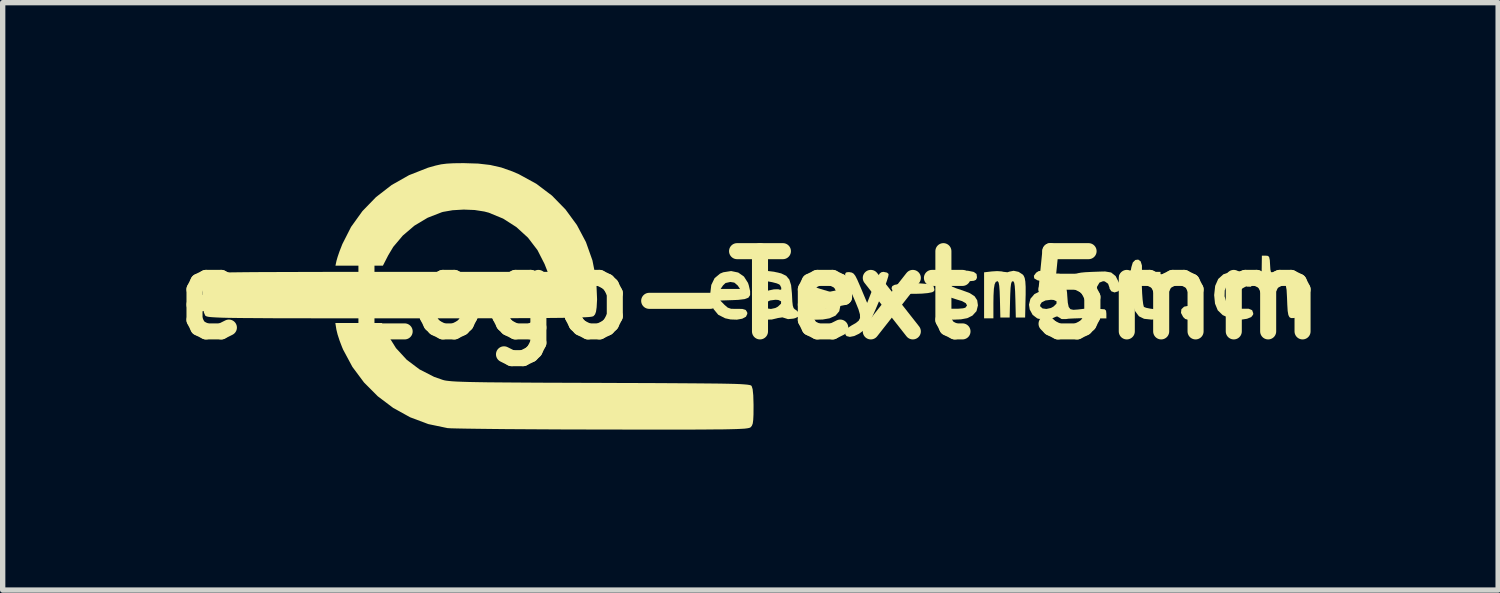
<source format=kicad_pcb>
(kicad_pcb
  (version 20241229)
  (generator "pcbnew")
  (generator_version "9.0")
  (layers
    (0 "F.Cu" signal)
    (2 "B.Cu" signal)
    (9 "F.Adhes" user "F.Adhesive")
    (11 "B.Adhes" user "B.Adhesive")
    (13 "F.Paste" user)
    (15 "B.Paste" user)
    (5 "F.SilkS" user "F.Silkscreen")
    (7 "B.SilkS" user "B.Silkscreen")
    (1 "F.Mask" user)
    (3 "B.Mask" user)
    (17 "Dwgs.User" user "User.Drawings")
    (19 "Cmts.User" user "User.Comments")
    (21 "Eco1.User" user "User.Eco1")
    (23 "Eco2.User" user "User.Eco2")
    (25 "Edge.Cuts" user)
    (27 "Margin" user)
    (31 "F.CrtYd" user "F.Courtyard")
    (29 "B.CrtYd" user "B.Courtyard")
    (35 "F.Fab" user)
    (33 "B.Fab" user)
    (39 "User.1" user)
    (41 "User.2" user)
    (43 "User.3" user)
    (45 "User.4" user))
  (footprint "e-Logo-Text 5mm"
    (layer "F.Cu")
    (at 10.979 2.467)
    (property "Reference" "e-Logo-Text 5mm" (at 0 0 0) (layer "F.SilkS") (effects (font (size 1.5 1.5) (thickness 0.3))))
    (attr board_only exclude_from_pos_files exclude_from_bom)
    (fp_poly (pts (xy 8.245 0.224) (xy 8.291 0.278) (xy 8.304 0.345) (xy 8.279 0.407) (xy 8.247 0.433) (xy 8.178 0.46) (xy 8.128 0.446) (xy 8.09 0.41) (xy 8.049 0.333) (xy 8.056 0.264) (xy 8.107 0.216) (xy 8.173 0.203)) (stroke (width 0) (type solid)) (fill yes) (layer "F.SilkS"))
    (fp_poly (pts (xy 3.159 -0.22) (xy 3.277 -0.211) (xy 3.369 -0.196) (xy 3.419 -0.174) (xy 3.422 -0.17) (xy 3.439 -0.107) (xy 3.434 -0.076) (xy 3.398 -0.054) (xy 3.317 -0.038) (xy 3.207 -0.028) (xy 3.079 -0.024) (xy 2.948 -0.026) (xy 2.827 -0.033) (xy 2.729 -0.047) (xy 2.669 -0.067) (xy 2.659 -0.075) (xy 2.637 -0.13) (xy 2.652 -0.169) (xy 2.695 -0.192) (xy 2.781 -0.208) (xy 2.896 -0.218) (xy 3.027 -0.222)) (stroke (width 0) (type solid)) (fill yes) (layer "F.SilkS"))
    (fp_poly (pts (xy 9.187 -0.444) (xy 9.253 -0.43) (xy 9.307 -0.395) (xy 9.351 -0.354) (xy 9.408 -0.29) (xy 9.426 -0.246) (xy 9.413 -0.209) (xy 9.354 -0.157) (xy 9.283 -0.158) (xy 9.225 -0.2) (xy 9.143 -0.251) (xy 9.049 -0.257) (xy 8.961 -0.222) (xy 8.893 -0.152) (xy 8.867 -0.087) (xy 8.864 0.022) (xy 8.895 0.128) (xy 8.951 0.209) (xy 8.981 0.231) (xy 9.067 0.254) (xy 9.185 0.255) (xy 9.198 0.254) (xy 9.313 0.254) (xy 9.379 0.282) (xy 9.4 0.339) (xy 9.397 0.366) (xy 9.361 0.411) (xy 9.284 0.442) (xy 9.181 0.458) (xy 9.066 0.455) (xy 8.966 0.435) (xy 8.829 0.374) (xy 8.736 0.284) (xy 8.685 0.159) (xy 8.669 0) (xy 8.688 -0.173) (xy 8.745 -0.302) (xy 8.841 -0.389) (xy 8.977 -0.436) (xy 9.086 -0.446)) (stroke (width 0) (type solid)) (fill yes) (layer "F.SilkS"))
    (fp_poly (pts (xy 9.675 -0.733) (xy 9.697 -0.711) (xy 9.709 -0.656) (xy 9.714 -0.573) (xy 9.72 -0.48) (xy 9.73 -0.434) (xy 9.751 -0.424) (xy 9.788 -0.437) (xy 9.792 -0.439) (xy 9.892 -0.457) (xy 10.009 -0.437) (xy 10.118 -0.385) (xy 10.147 -0.363) (xy 10.18 -0.332) (xy 10.202 -0.301) (xy 10.216 -0.258) (xy 10.223 -0.191) (xy 10.226 -0.089) (xy 10.227 0.059) (xy 10.227 0.063) (xy 10.227 0.419) (xy 10.148 0.429) (xy 10.105 0.429) (xy 10.076 0.412) (xy 10.056 0.371) (xy 10.043 0.295) (xy 10.036 0.178) (xy 10.031 0.046) (xy 10.023 -0.098) (xy 10.006 -0.192) (xy 9.974 -0.243) (xy 9.924 -0.26) (xy 9.856 -0.25) (xy 9.798 -0.215) (xy 9.757 -0.139) (xy 9.732 -0.019) (xy 9.721 0.152) (xy 9.72 0.21) (xy 9.72 0.434) (xy 9.633 0.434) (xy 9.545 0.434) (xy 9.553 -0.152) (xy 9.561 -0.738) (xy 9.633 -0.738)) (stroke (width 0) (type solid)) (fill yes) (layer "F.SilkS"))
    (fp_poly (pts (xy -0.228 -0.422) (xy -0.121 -0.347) (xy -0.046 -0.229) (xy -0.031 -0.184) (xy -0.006 -0.075) (xy -0.006 0.000073) (xy -0.038 0.048) (xy -0.11 0.075) (xy -0.228 0.089) (xy -0.32 0.093) (xy -0.564 0.101) (xy -0.484 0.183) (xy -0.424 0.234) (xy -0.361 0.256) (xy -0.27 0.257) (xy -0.265 0.257) (xy -0.153 0.258) (xy -0.088 0.278) (xy -0.061 0.321) (xy -0.058 0.35) (xy -0.084 0.404) (xy -0.153 0.441) (xy -0.253 0.459) (xy -0.371 0.455) (xy -0.473 0.433) (xy -0.602 0.367) (xy -0.691 0.259) (xy -0.741 0.11) (xy -0.752 -0.023) (xy -0.741 -0.116) (xy -0.557 -0.116) (xy -0.376 -0.116) (xy -0.195 -0.116) (xy -0.239 -0.181) (xy -0.302 -0.234) (xy -0.376 -0.246) (xy -0.466 -0.226) (xy -0.513 -0.181) (xy -0.557 -0.116) (xy -0.741 -0.116) (xy -0.732 -0.19) (xy -0.67 -0.317) (xy -0.568 -0.402) (xy -0.508 -0.427) (xy -0.361 -0.45)) (stroke (width 0) (type solid)) (fill yes) (layer "F.SilkS"))
    (fp_poly (pts (xy 7.295 -0.631) (xy 7.318 -0.557) (xy 7.319 -0.536) (xy 7.319 -0.434) (xy 7.493 -0.434) (xy 7.666 -0.434) (xy 7.666 -0.347) (xy 7.666 -0.26) (xy 7.49 -0.26) (xy 7.313 -0.26) (xy 7.323 -0.031) (xy 7.331 0.08) (xy 7.342 0.167) (xy 7.354 0.217) (xy 7.357 0.221) (xy 7.397 0.237) (xy 7.475 0.253) (xy 7.531 0.26) (xy 7.619 0.272) (xy 7.666 0.29) (xy 7.685 0.323) (xy 7.69 0.351) (xy 7.684 0.412) (xy 7.638 0.442) (xy 7.632 0.444) (xy 7.502 0.458) (xy 7.359 0.443) (xy 7.263 0.396) (xy 7.19 0.298) (xy 7.141 0.154) (xy 7.119 -0.034) (xy 7.117 -0.094) (xy 7.117 -0.26) (xy 7.018 -0.26) (xy 6.939 -0.273) (xy 6.904 -0.304) (xy 6.898 -0.375) (xy 6.941 -0.42) (xy 7.017 -0.434) (xy 7.083 -0.44) (xy 7.112 -0.47) (xy 7.122 -0.525) (xy 7.148 -0.61) (xy 7.195 -0.657) (xy 7.249 -0.664)) (stroke (width 0) (type solid)) (fill yes) (layer "F.SilkS"))
    (fp_poly (pts (xy 5.013 -0.435) (xy 5.09 -0.385) (xy 5.108 -0.363) (xy 5.127 -0.32) (xy 5.139 -0.254) (xy 5.145 -0.154) (xy 5.145 -0.012) (xy 5.143 0.061) (xy 5.135 0.419) (xy 5.048 0.419) (xy 4.961 0.419) (xy 4.953 0.08) (xy 4.948 -0.07) (xy 4.941 -0.171) (xy 4.931 -0.23) (xy 4.916 -0.257) (xy 4.904 -0.26) (xy 4.885 -0.249) (xy 4.872 -0.211) (xy 4.863 -0.137) (xy 4.857 -0.018) (xy 4.854 0.08) (xy 4.846 0.419) (xy 4.759 0.419) (xy 4.672 0.419) (xy 4.664 0.08) (xy 4.659 -0.073) (xy 4.651 -0.175) (xy 4.64 -0.234) (xy 4.624 -0.259) (xy 4.617 -0.26) (xy 4.586 -0.247) (xy 4.565 -0.202) (xy 4.551 -0.119) (xy 4.544 0.01) (xy 4.542 0.152) (xy 4.542 0.434) (xy 4.455 0.434) (xy 4.368 0.434) (xy 4.368 0.004) (xy 4.368 -0.426) (xy 4.514 -0.443) (xy 4.613 -0.449) (xy 4.698 -0.443) (xy 4.726 -0.436) (xy 4.804 -0.427) (xy 4.841 -0.439) (xy 4.921 -0.455)) (stroke (width 0) (type solid)) (fill yes) (layer "F.SilkS"))
    (fp_poly (pts (xy 2.553 -0.421) (xy 2.583 -0.395) (xy 2.578 -0.355) (xy 2.553 -0.273) (xy 2.513 -0.16) (xy 2.461 -0.027) (xy 2.403 0.117) (xy 2.343 0.259) (xy 2.285 0.389) (xy 2.233 0.497) (xy 2.192 0.571) (xy 2.188 0.578) (xy 2.118 0.658) (xy 2.031 0.722) (xy 1.94 0.765) (xy 1.858 0.781) (xy 1.797 0.766) (xy 1.776 0.739) (xy 1.768 0.677) (xy 1.803 0.624) (xy 1.888 0.569) (xy 1.894 0.565) (xy 1.973 0.52) (xy 2.024 0.478) (xy 2.049 0.428) (xy 2.047 0.361) (xy 2.02 0.267) (xy 1.967 0.136) (xy 1.922 0.032) (xy 1.849 -0.137) (xy 1.8 -0.26) (xy 1.774 -0.344) (xy 1.77 -0.396) (xy 1.787 -0.423) (xy 1.824 -0.43) (xy 1.855 -0.429) (xy 1.896 -0.421) (xy 1.929 -0.401) (xy 1.961 -0.36) (xy 1.998 -0.287) (xy 2.048 -0.172) (xy 2.063 -0.137) (xy 2.182 0.146) (xy 2.296 -0.144) (xy 2.348 -0.273) (xy 2.386 -0.356) (xy 2.417 -0.405) (xy 2.446 -0.427) (xy 2.48 -0.434) (xy 2.49 -0.434)) (stroke (width 0) (type solid)) (fill yes) (layer "F.SilkS"))
    (fp_poly (pts (xy 1.525 -0.453) (xy 1.621 -0.428) (xy 1.666 -0.39) (xy 1.667 -0.332) (xy 1.664 -0.321) (xy 1.647 -0.288) (xy 1.611 -0.269) (xy 1.544 -0.262) (xy 1.461 -0.26) (xy 1.358 -0.258) (xy 1.273 -0.251) (xy 1.232 -0.243) (xy 1.189 -0.21) (xy 1.197 -0.171) (xy 1.252 -0.134) (xy 1.309 -0.115) (xy 1.469 -0.068) (xy 1.579 -0.016) (xy 1.646 0.046) (xy 1.678 0.123) (xy 1.684 0.188) (xy 1.66 0.302) (xy 1.59 0.384) (xy 1.478 0.434) (xy 1.351 0.456) (xy 1.217 0.46) (xy 1.101 0.446) (xy 1.044 0.426) (xy 0.978 0.38) (xy 0.965 0.329) (xy 0.983 0.29) (xy 1.015 0.266) (xy 1.081 0.255) (xy 1.192 0.255) (xy 1.198 0.256) (xy 1.345 0.254) (xy 1.441 0.237) (xy 1.484 0.208) (xy 1.474 0.17) (xy 1.408 0.126) (xy 1.286 0.081) (xy 1.265 0.074) (xy 1.125 0.023) (xy 1.036 -0.039) (xy 0.992 -0.119) (xy 0.984 -0.185) (xy 1.01 -0.284) (xy 1.084 -0.366) (xy 1.194 -0.425) (xy 1.331 -0.458) (xy 1.485 -0.458)) (stroke (width 0) (type solid)) (fill yes) (layer "F.SilkS"))
    (fp_poly (pts (xy 4.069 -0.455) (xy 4.173 -0.434) (xy 4.227 -0.395) (xy 4.235 -0.334) (xy 4.231 -0.315) (xy 4.215 -0.285) (xy 4.177 -0.268) (xy 4.104 -0.261) (xy 4.03 -0.26) (xy 3.905 -0.254) (xy 3.809 -0.236) (xy 3.753 -0.209) (xy 3.745 -0.176) (xy 3.746 -0.175) (xy 3.779 -0.155) (xy 3.853 -0.125) (xy 3.952 -0.092) (xy 3.962 -0.089) (xy 4.101 -0.037) (xy 4.191 0.022) (xy 4.239 0.096) (xy 4.253 0.191) (xy 4.226 0.3) (xy 4.149 0.384) (xy 4.053 0.431) (xy 3.936 0.453) (xy 3.796 0.459) (xy 3.662 0.447) (xy 3.616 0.437) (xy 3.555 0.399) (xy 3.532 0.34) (xy 3.554 0.282) (xy 3.556 0.28) (xy 3.602 0.263) (xy 3.691 0.255) (xy 3.783 0.255) (xy 3.888 0.254) (xy 3.974 0.247) (xy 4.018 0.235) (xy 4.049 0.194) (xy 4.027 0.152) (xy 3.956 0.112) (xy 3.863 0.084) (xy 3.714 0.036) (xy 3.616 -0.034) (xy 3.566 -0.127) (xy 3.558 -0.197) (xy 3.574 -0.298) (xy 3.609 -0.355) (xy 3.689 -0.4) (xy 3.805 -0.435) (xy 3.936 -0.456) (xy 4.06 -0.456)) (stroke (width 0) (type solid)) (fill yes) (layer "F.SilkS"))
    (fp_poly (pts (xy 0.44 -0.437) (xy 0.575 -0.406) (xy 0.668 -0.361) (xy 0.727 -0.291) (xy 0.76 -0.186) (xy 0.775 -0.037) (xy 0.777 -0.005) (xy 0.783 0.119) (xy 0.792 0.197) (xy 0.807 0.242) (xy 0.831 0.267) (xy 0.849 0.276) (xy 0.898 0.32) (xy 0.911 0.36) (xy 0.895 0.403) (xy 0.837 0.431) (xy 0.799 0.44) (xy 0.702 0.449) (xy 0.649 0.432) (xy 0.597 0.416) (xy 0.51 0.429) (xy 0.501 0.432) (xy 0.4 0.456) (xy 0.325 0.458) (xy 0.25 0.437) (xy 0.215 0.422) (xy 0.125 0.356) (xy 0.077 0.263) (xy 0.075 0.184) (xy 0.265 0.184) (xy 0.269 0.213) (xy 0.311 0.249) (xy 0.383 0.259) (xy 0.465 0.241) (xy 0.514 0.215) (xy 0.572 0.16) (xy 0.573 0.116) (xy 0.522 0.091) (xy 0.468 0.087) (xy 0.367 0.1) (xy 0.295 0.135) (xy 0.265 0.184) (xy 0.075 0.184) (xy 0.074 0.158) (xy 0.116 0.055) (xy 0.175 -0.011) (xy 0.246 -0.053) (xy 0.341 -0.087) (xy 0.439 -0.108) (xy 0.519 -0.11) (xy 0.55 -0.101) (xy 0.574 -0.102) (xy 0.577 -0.134) (xy 0.559 -0.176) (xy 0.54 -0.199) (xy 0.491 -0.22) (xy 0.406 -0.242) (xy 0.345 -0.253) (xy 0.251 -0.271) (xy 0.201 -0.293) (xy 0.181 -0.328) (xy 0.179 -0.336) (xy 0.186 -0.404) (xy 0.233 -0.442) (xy 0.325 -0.451)) (stroke (width 0) (type solid)) (fill yes) (layer "F.SilkS"))
    (fp_poly (pts (xy -6.781 0.743) (xy -6.626 0.991) (xy -6.426 1.208) (xy -6.187 1.388) (xy -5.914 1.528) (xy -5.757 1.583) (xy -5.726 1.592) (xy -5.688 1.599) (xy -5.638 1.605) (xy -5.575 1.611) (xy -5.493 1.616) (xy -5.389 1.62) (xy -5.261 1.624) (xy -5.103 1.627) (xy -4.913 1.63) (xy -4.687 1.632) (xy -4.422 1.634) (xy -4.114 1.636) (xy -3.76 1.638) (xy -3.355 1.639) (xy -2.896 1.641) (xy -2.806 1.641) (xy -2.34 1.643) (xy -1.928 1.644) (xy -1.568 1.646) (xy -1.255 1.648) (xy -0.986 1.65) (xy -0.758 1.652) (xy -0.568 1.654) (xy -0.411 1.657) (xy -0.286 1.66) (xy -0.187 1.664) (xy -0.112 1.669) (xy -0.058 1.674) (xy -0.02 1.68) (xy 0.004 1.686) (xy 0.017 1.694) (xy 0.022 1.699) (xy 0.041 1.758) (xy 0.053 1.874) (xy 0.058 2.048) (xy 0.058 2.084) (xy 0.057 2.233) (xy 0.052 2.335) (xy 0.043 2.401) (xy 0.027 2.442) (xy 0.005 2.469) (xy -0.007 2.477) (xy -0.028 2.484) (xy -0.06 2.49) (xy -0.107 2.496) (xy -0.173 2.5) (xy -0.261 2.504) (xy -0.374 2.507) (xy -0.517 2.51) (xy -0.692 2.511) (xy -0.902 2.513) (xy -1.152 2.514) (xy -1.446 2.514) (xy -1.785 2.514) (xy -2.174 2.514) (xy -2.617 2.513) (xy -2.765 2.513) (xy -3.161 2.512) (xy -3.544 2.511) (xy -3.908 2.509) (xy -4.251 2.507) (xy -4.567 2.505) (xy -4.852 2.502) (xy -5.103 2.499) (xy -5.313 2.496) (xy -5.479 2.493) (xy -5.597 2.49) (xy -5.663 2.486) (xy -5.668 2.485) (xy -6.022 2.411) (xy -6.361 2.284) (xy -6.678 2.109) (xy -6.967 1.891) (xy -7.224 1.633) (xy -7.441 1.342) (xy -7.614 1.02) (xy -7.634 0.973) (xy -7.68 0.853) (xy -7.718 0.736) (xy -7.74 0.646) (xy -7.741 0.641) (xy -7.76 0.521) (xy -7.325 0.521) (xy -6.89 0.521)) (stroke (width 0) (type solid)) (fill yes) (layer "F.SilkS"))
    (fp_poly (pts (xy 5.523 -0.45) (xy 5.674 -0.42) (xy 5.782 -0.375) (xy 5.853 -0.304) (xy 5.896 -0.198) (xy 5.919 -0.047) (xy 5.923 0.016) (xy 5.933 0.143) (xy 5.95 0.222) (xy 5.982 0.263) (xy 6.037 0.275) (xy 6.124 0.269) (xy 6.14 0.267) (xy 6.249 0.254) (xy 6.249 -0.001) (xy 6.249 -0.257) (xy 6.169 -0.266) (xy 6.11 -0.284) (xy 6.09 -0.331) (xy 6.09 -0.347) (xy 6.091 -0.374) (xy 6.101 -0.395) (xy 6.127 -0.41) (xy 6.177 -0.42) (xy 6.258 -0.428) (xy 6.378 -0.434) (xy 6.546 -0.44) (xy 6.631 -0.442) (xy 6.743 -0.423) (xy 6.827 -0.356) (xy 6.886 -0.239) (xy 6.891 -0.223) (xy 6.91 -0.147) (xy 6.905 -0.104) (xy 6.875 -0.072) (xy 6.872 -0.07) (xy 6.807 -0.05) (xy 6.747 -0.071) (xy 6.713 -0.123) (xy 6.712 -0.14) (xy 6.686 -0.213) (xy 6.624 -0.256) (xy 6.592 -0.26) (xy 6.525 -0.234) (xy 6.479 -0.155) (xy 6.455 -0.027) (xy 6.451 0.064) (xy 6.451 0.26) (xy 6.553 0.26) (xy 6.621 0.265) (xy 6.648 0.29) (xy 6.654 0.348) (xy 6.654 0.436) (xy 6.314 0.432) (xy 6.172 0.432) (xy 6.045 0.436) (xy 5.948 0.441) (xy 5.899 0.448) (xy 5.815 0.447) (xy 5.779 0.423) (xy 5.734 0.398) (xy 5.71 0.404) (xy 5.659 0.427) (xy 5.573 0.443) (xy 5.477 0.449) (xy 5.394 0.444) (xy 5.362 0.435) (xy 5.276 0.37) (xy 5.221 0.269) (xy 5.208 0.184) (xy 5.415 0.184) (xy 5.419 0.213) (xy 5.46 0.249) (xy 5.532 0.259) (xy 5.615 0.241) (xy 5.664 0.215) (xy 5.721 0.16) (xy 5.723 0.116) (xy 5.671 0.091) (xy 5.618 0.087) (xy 5.516 0.1) (xy 5.445 0.135) (xy 5.415 0.184) (xy 5.208 0.184) (xy 5.207 0.179) (xy 5.234 0.069) (xy 5.309 -0.019) (xy 5.428 -0.078) (xy 5.52 -0.098) (xy 5.611 -0.106) (xy 5.679 -0.106) (xy 5.7 -0.101) (xy 5.725 -0.098) (xy 5.721 -0.131) (xy 5.692 -0.183) (xy 5.635 -0.219) (xy 5.53 -0.246) (xy 5.482 -0.253) (xy 5.366 -0.277) (xy 5.305 -0.313) (xy 5.299 -0.362) (xy 5.341 -0.419) (xy 5.388 -0.449) (xy 5.457 -0.456)) (stroke (width 0) (type solid)) (fill yes) (layer "F.SilkS"))
    (fp_poly (pts (xy -5.09 -2.459) (xy -4.865 -2.433) (xy -4.658 -2.386) (xy -4.449 -2.312) (xy -4.331 -2.261) (xy -4.004 -2.082) (xy -3.711 -1.861) (xy -3.457 -1.601) (xy -3.244 -1.31) (xy -3.075 -0.991) (xy -2.954 -0.65) (xy -2.883 -0.292) (xy -2.867 0.077) (xy -2.868 0.099) (xy -2.875 0.227) (xy -2.887 0.31) (xy -2.905 0.36) (xy -2.932 0.391) (xy -2.935 0.393) (xy -2.95 0.399) (xy -2.979 0.405) (xy -3.026 0.41) (xy -3.092 0.414) (xy -3.182 0.418) (xy -3.297 0.421) (xy -3.442 0.424) (xy -3.617 0.426) (xy -3.828 0.428) (xy -4.075 0.43) (xy -4.363 0.431) (xy -4.694 0.432) (xy -5.071 0.433) (xy -5.497 0.434) (xy -5.975 0.434) (xy -6.507 0.434) (xy -6.568 0.434) (xy -7.097 0.434) (xy -7.572 0.434) (xy -7.995 0.434) (xy -8.369 0.433) (xy -8.697 0.433) (xy -8.983 0.432) (xy -9.229 0.43) (xy -9.439 0.429) (xy -9.615 0.427) (xy -9.76 0.425) (xy -9.878 0.422) (xy -9.972 0.418) (xy -10.044 0.414) (xy -10.098 0.41) (xy -10.136 0.405) (xy -10.162 0.399) (xy -10.179 0.392) (xy -10.19 0.385) (xy -10.193 0.381) (xy -10.217 0.326) (xy -10.233 0.228) (xy -10.243 0.104) (xy -10.245 -0.031) (xy -10.241 -0.164) (xy -10.23 -0.279) (xy -10.211 -0.36) (xy -10.196 -0.388) (xy -10.184 -0.396) (xy -10.163 -0.402) (xy -10.128 -0.408) (xy -10.078 -0.413) (xy -10.008 -0.417) (xy -9.916 -0.421) (xy -9.798 -0.424) (xy -9.651 -0.426) (xy -9.472 -0.428) (xy -9.258 -0.43) (xy -9.005 -0.431) (xy -8.711 -0.432) (xy -8.373 -0.433) (xy -7.986 -0.434) (xy -7.549 -0.434) (xy -7.057 -0.434) (xy -6.97 -0.434) (xy -3.791 -0.434) (xy -3.848 -0.58) (xy -3.981 -0.841) (xy -4.159 -1.074) (xy -4.376 -1.272) (xy -4.623 -1.43) (xy -4.892 -1.541) (xy -4.976 -1.563) (xy -5.156 -1.591) (xy -5.361 -1.599) (xy -5.567 -1.587) (xy -5.747 -1.556) (xy -5.771 -1.549) (xy -6.035 -1.446) (xy -6.281 -1.299) (xy -6.498 -1.114) (xy -6.677 -0.902) (xy -6.771 -0.745) (xy -6.871 -0.55) (xy -7.314 -0.55) (xy -7.758 -0.55) (xy -7.738 -0.644) (xy -7.717 -0.716) (xy -7.681 -0.821) (xy -7.636 -0.936) (xy -7.63 -0.952) (xy -7.466 -1.275) (xy -7.254 -1.57) (xy -7 -1.832) (xy -6.708 -2.058) (xy -6.383 -2.242) (xy -6.03 -2.381) (xy -6.003 -2.389) (xy -5.885 -2.422) (xy -5.782 -2.445) (xy -5.677 -2.458) (xy -5.552 -2.465) (xy -5.39 -2.467) (xy -5.352 -2.467)) (stroke (width 0) (type solid)) (fill yes) (layer "F.SilkS")))
  (gr_rect
    (start -3 -3)
    (end 24.957 7.981)
    (stroke (width 0.1) (type default))
    (fill no)
    (layer "Edge.Cuts")))
</source>
